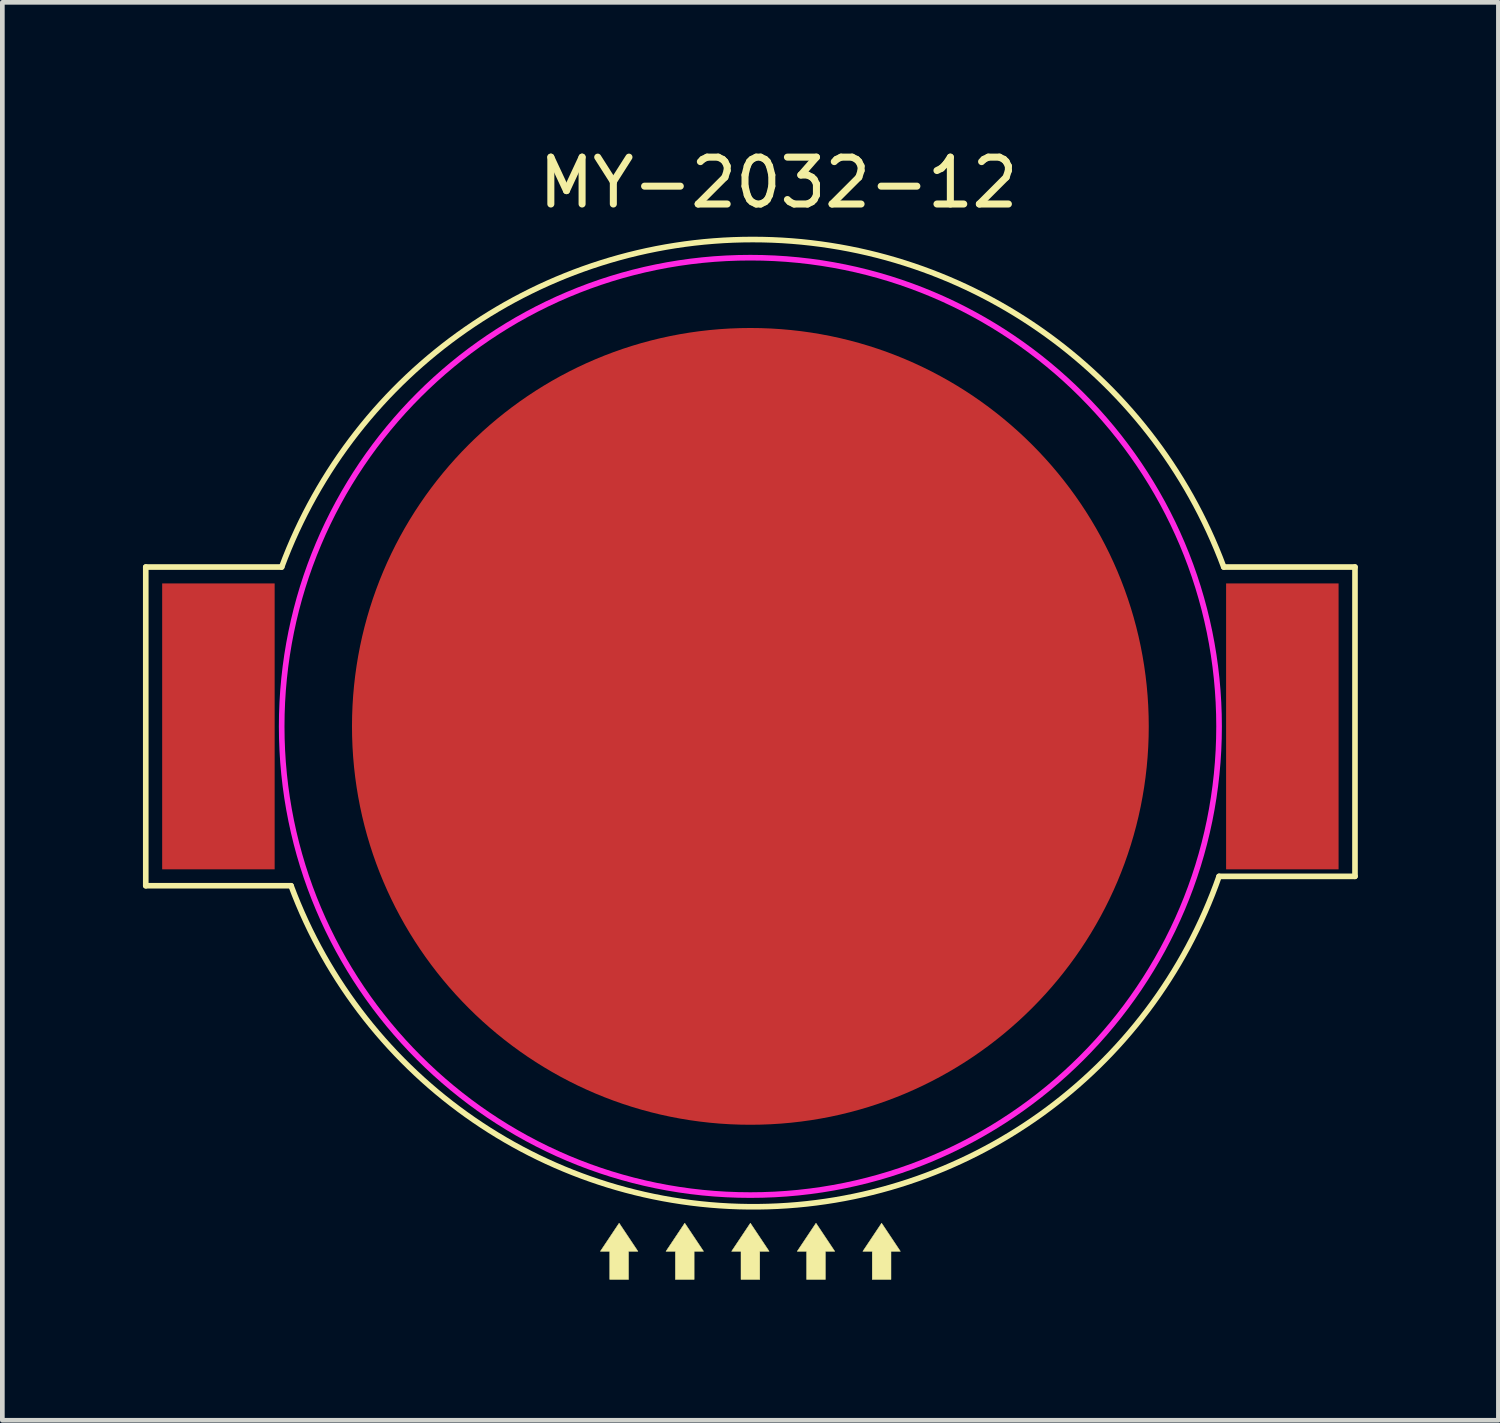
<source format=kicad_pcb>
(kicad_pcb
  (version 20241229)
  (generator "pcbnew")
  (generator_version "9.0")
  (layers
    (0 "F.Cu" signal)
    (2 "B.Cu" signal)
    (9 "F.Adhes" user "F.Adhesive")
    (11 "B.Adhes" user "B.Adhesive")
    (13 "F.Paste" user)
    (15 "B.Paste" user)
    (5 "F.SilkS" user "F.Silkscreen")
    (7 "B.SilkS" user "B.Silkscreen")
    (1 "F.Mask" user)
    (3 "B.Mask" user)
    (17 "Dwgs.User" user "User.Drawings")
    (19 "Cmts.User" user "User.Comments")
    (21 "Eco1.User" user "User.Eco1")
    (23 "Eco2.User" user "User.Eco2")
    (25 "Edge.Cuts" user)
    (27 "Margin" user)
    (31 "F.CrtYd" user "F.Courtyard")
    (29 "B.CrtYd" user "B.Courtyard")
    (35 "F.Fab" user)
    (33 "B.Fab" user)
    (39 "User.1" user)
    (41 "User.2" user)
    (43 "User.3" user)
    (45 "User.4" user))
  (footprint "MY-2032-12"
    (layer "F.Cu")
    (at 12.96 12.448)
    (property "Reference" "MY-2032-12" (at 0.6 -11.6 0) (unlocked yes) (layer "F.SilkS") (effects (font (size 1 1) (thickness 0.15))))
    (attr smd)
    (fp_line (start -12.9 -3.4) (end -12.9 3.4) (stroke (width 0.12) (type solid)) (layer "F.SilkS"))
    (fp_line (start -12.9 3.4) (end -9.8 3.4) (stroke (width 0.12) (type solid)) (layer "F.SilkS"))
    (fp_line (start -10 -3.4) (end -12.9 -3.4) (stroke (width 0.12) (type solid)) (layer "F.SilkS"))
    (fp_line (start 10.1 -3.4) (end 12.9 -3.4) (stroke (width 0.12) (type solid)) (layer "F.SilkS"))
    (fp_line (start 12.9 -3.4) (end 12.9 3.2) (stroke (width 0.12) (type solid)) (layer "F.SilkS"))
    (fp_line (start 12.9 3.2) (end 10 3.2) (stroke (width 0.12) (type solid)) (layer "F.SilkS"))
    (fp_arc (start -9.999999 -3.4) (mid 0.050001 -10.387346) (end 10.1 -3.4) (stroke (width 0.12) (type solid)) (layer "F.SilkS"))
    (fp_arc (start 10 3.2) (mid 0.170193 10.249114) (end -9.8 3.4) (stroke (width 0.12) (type solid)) (layer "F.SilkS"))
    (fp_poly (pts (xy -2.4 11.2) (xy -2.6 11.2) (xy -2.6 11.8) (xy -3 11.8) (xy -3 11.2) (xy -3.2 11.2) (xy -2.8 10.6)) (stroke (width 0.01) (type solid)) (fill yes) (layer "F.SilkS"))
    (fp_poly (pts (xy -1 11.2) (xy -1.2 11.2) (xy -1.2 11.8) (xy -1.6 11.8) (xy -1.6 11.2) (xy -1.8 11.2) (xy -1.4 10.6)) (stroke (width 0.01) (type solid)) (fill yes) (layer "F.SilkS"))
    (fp_poly (pts (xy 0.4 11.2) (xy 0.2 11.2) (xy 0.2 11.8) (xy -0.2 11.8) (xy -0.2 11.2) (xy -0.4 11.2) (xy 0 10.6)) (stroke (width 0.01) (type solid)) (fill yes) (layer "F.SilkS"))
    (fp_poly (pts (xy 1.8 11.2) (xy 1.6 11.2) (xy 1.6 11.8) (xy 1.2 11.8) (xy 1.2 11.2) (xy 1 11.2) (xy 1.4 10.6)) (stroke (width 0.01) (type solid)) (fill yes) (layer "F.SilkS"))
    (fp_poly (pts (xy 3.2 11.2) (xy 3 11.2) (xy 3 11.8) (xy 2.6 11.8) (xy 2.6 11.2) (xy 2.4 11.2) (xy 2.8 10.6)) (stroke (width 0.01) (type solid)) (fill yes) (layer "F.SilkS"))
    (fp_circle (center 0 0) (end 10 0) (stroke (width 0.12) (type solid)) (fill no) (layer "F.CrtYd"))
    (pad "1" smd rect (at -11.35 0) (size 2.4 6.1) (layers "F.Cu" "F.Mask" "F.Paste"))
    (pad "1" smd rect (at 11.35 0) (size 2.4 6.1) (layers "F.Cu" "F.Mask" "F.Paste"))
    (pad "2" smd circle (at 0 0) (size 17 17) (layers "F.Cu" "F.Mask" "F.Paste")))
  (gr_rect
    (start -3 -3)
    (end 28.92 27.253)
    (stroke (width 0.1) (type default))
    (fill no)
    (layer "Edge.Cuts")))
</source>
